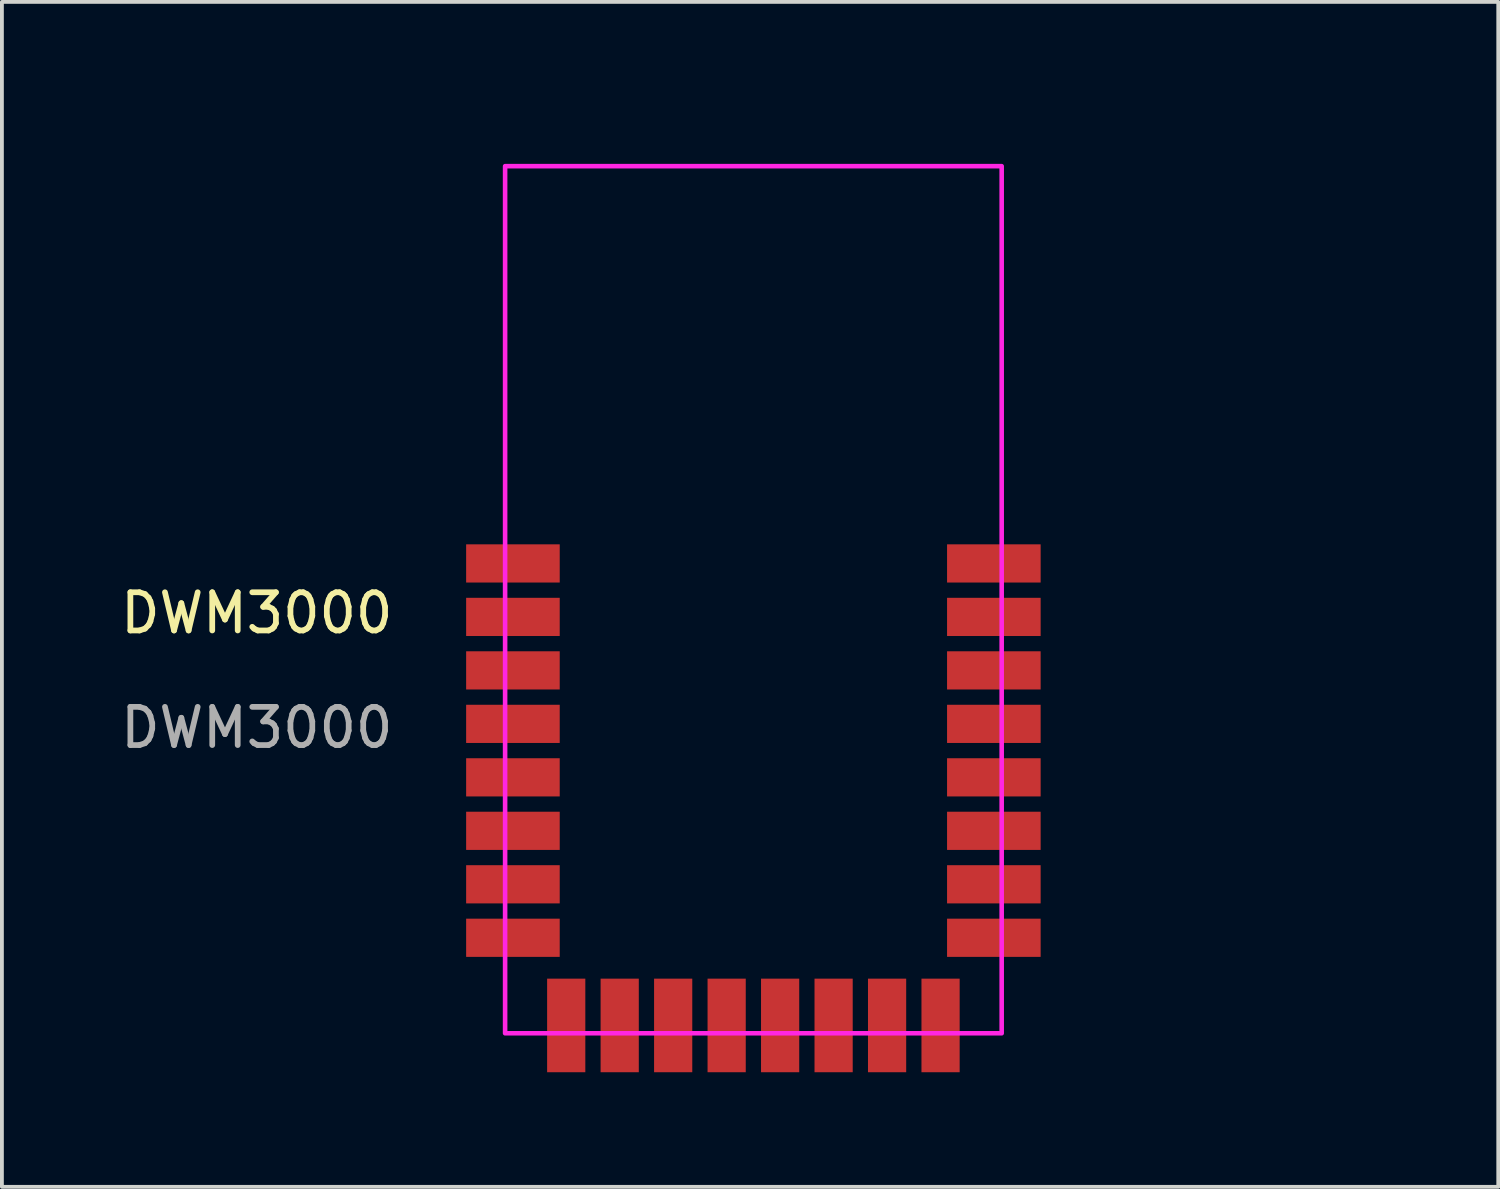
<source format=kicad_pcb>
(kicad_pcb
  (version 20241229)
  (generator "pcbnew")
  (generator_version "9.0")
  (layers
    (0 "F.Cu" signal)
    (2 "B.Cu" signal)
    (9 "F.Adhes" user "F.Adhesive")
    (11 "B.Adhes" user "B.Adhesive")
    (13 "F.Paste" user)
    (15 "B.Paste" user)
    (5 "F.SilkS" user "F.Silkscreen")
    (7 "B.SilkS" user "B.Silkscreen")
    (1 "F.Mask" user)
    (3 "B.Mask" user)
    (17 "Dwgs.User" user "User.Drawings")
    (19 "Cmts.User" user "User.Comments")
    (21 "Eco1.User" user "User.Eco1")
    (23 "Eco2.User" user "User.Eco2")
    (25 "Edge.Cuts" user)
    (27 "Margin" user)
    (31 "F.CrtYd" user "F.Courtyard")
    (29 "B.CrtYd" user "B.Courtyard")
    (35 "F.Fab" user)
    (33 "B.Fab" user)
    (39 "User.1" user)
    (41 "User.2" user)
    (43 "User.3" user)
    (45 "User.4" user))
  (footprint "DWM3000"
    (layer "F.Cu")
    (at 10.173 24)
    (property "Reference" "DWM3000" (at -6.5 -11 0) (unlocked yes) (layer "F.SilkS") (effects (font (size 1 1) (thickness 0.15))))
    (fp_rect (start 0 0) (end 13 -22.7) (stroke (width 0.12) (type solid)) (fill no) (layer "F.CrtYd"))
    (fp_text user "${REFERENCE}" (at -6.5 -8 0) (unlocked yes) (layer "F.Fab") (effects (font (size 1 1) (thickness 0.15))))
    (pad "1" smd rect (at 0.205 -12.3 270) (size 1 2.45) (layers "F.Cu" "F.Mask" "F.Paste"))
    (pad "2" smd rect (at 0.205 -10.9 270) (size 1 2.45) (layers "F.Cu" "F.Mask" "F.Paste"))
    (pad "3" smd rect (at 0.205 -9.5 270) (size 1 2.45) (layers "F.Cu" "F.Mask" "F.Paste"))
    (pad "4" smd rect (at 0.205 -8.1 270) (size 1 2.45) (layers "F.Cu" "F.Mask" "F.Paste"))
    (pad "5" smd rect (at 0.205 -6.7 270) (size 1 2.45) (layers "F.Cu" "F.Mask" "F.Paste"))
    (pad "6" smd rect (at 0.205 -5.3 270) (size 1 2.45) (layers "F.Cu" "F.Mask" "F.Paste"))
    (pad "7" smd rect (at 0.205 -3.9 270) (size 1 2.45) (layers "F.Cu" "F.Mask" "F.Paste"))
    (pad "8" smd rect (at 0.205 -2.5 270) (size 1 2.45) (layers "F.Cu" "F.Mask" "F.Paste"))
    (pad "9" smd rect (at 1.6 -0.205) (size 1 2.45) (layers "F.Cu" "F.Mask" "F.Paste"))
    (pad "10" smd rect (at 3 -0.205 180) (size 1 2.45) (layers "F.Cu" "F.Mask" "F.Paste"))
    (pad "11" smd rect (at 4.4 -0.205 180) (size 1 2.45) (layers "F.Cu" "F.Mask" "F.Paste"))
    (pad "12" smd rect (at 5.8 -0.205 180) (size 1 2.45) (layers "F.Cu" "F.Mask" "F.Paste"))
    (pad "13" smd rect (at 7.2 -0.205 180) (size 1 2.45) (layers "F.Cu" "F.Mask" "F.Paste"))
    (pad "14" smd rect (at 8.6 -0.205 180) (size 1 2.45) (layers "F.Cu" "F.Mask" "F.Paste"))
    (pad "15" smd rect (at 10 -0.205 180) (size 1 2.45) (layers "F.Cu" "F.Mask" "F.Paste"))
    (pad "16" smd rect (at 11.4 -0.205 180) (size 1 2.45) (layers "F.Cu" "F.Mask" "F.Paste"))
    (pad "17" smd rect (at 12.795 -2.5 270) (size 1 2.45) (layers "F.Cu" "F.Mask" "F.Paste"))
    (pad "18" smd rect (at 12.795 -3.9 270) (size 1 2.45) (layers "F.Cu" "F.Mask" "F.Paste"))
    (pad "19" smd rect (at 12.795 -5.3 270) (size 1 2.45) (layers "F.Cu" "F.Mask" "F.Paste"))
    (pad "20" smd rect (at 12.795 -6.7 270) (size 1 2.45) (layers "F.Cu" "F.Mask" "F.Paste"))
    (pad "21" smd rect (at 12.795 -8.1 270) (size 1 2.45) (layers "F.Cu" "F.Mask" "F.Paste"))
    (pad "22" smd rect (at 12.795 -9.5 270) (size 1 2.45) (layers "F.Cu" "F.Mask" "F.Paste"))
    (pad "23" smd rect (at 12.795 -10.9 270) (size 1 2.45) (layers "F.Cu" "F.Mask" "F.Paste"))
    (pad "24" smd rect (at 12.795 -12.3 270) (size 1 2.45) (layers "F.Cu" "F.Mask" "F.Paste"))
    (zone (net_name "") (layers "F.Cu" "B.Cu") (name "antennae") (hatch edge 0.508) (connect_pads) (min_thickness 0.254) (filled_areas_thickness no) (keepout (tracks not_allowed) (vias not_allowed) (pads not_allowed) (copperpour not_allowed) (footprints allowed)) (placement (enabled no)) (fill) (polygon (pts (xy 33.173 11) (xy 0.173 11) (xy 0.173 0) (xy 33.173 0)))))
  (gr_rect
    (start -3 -3)
    (end 36.173 28.02)
    (stroke (width 0.1) (type default))
    (fill no)
    (layer "Edge.Cuts")))
</source>
